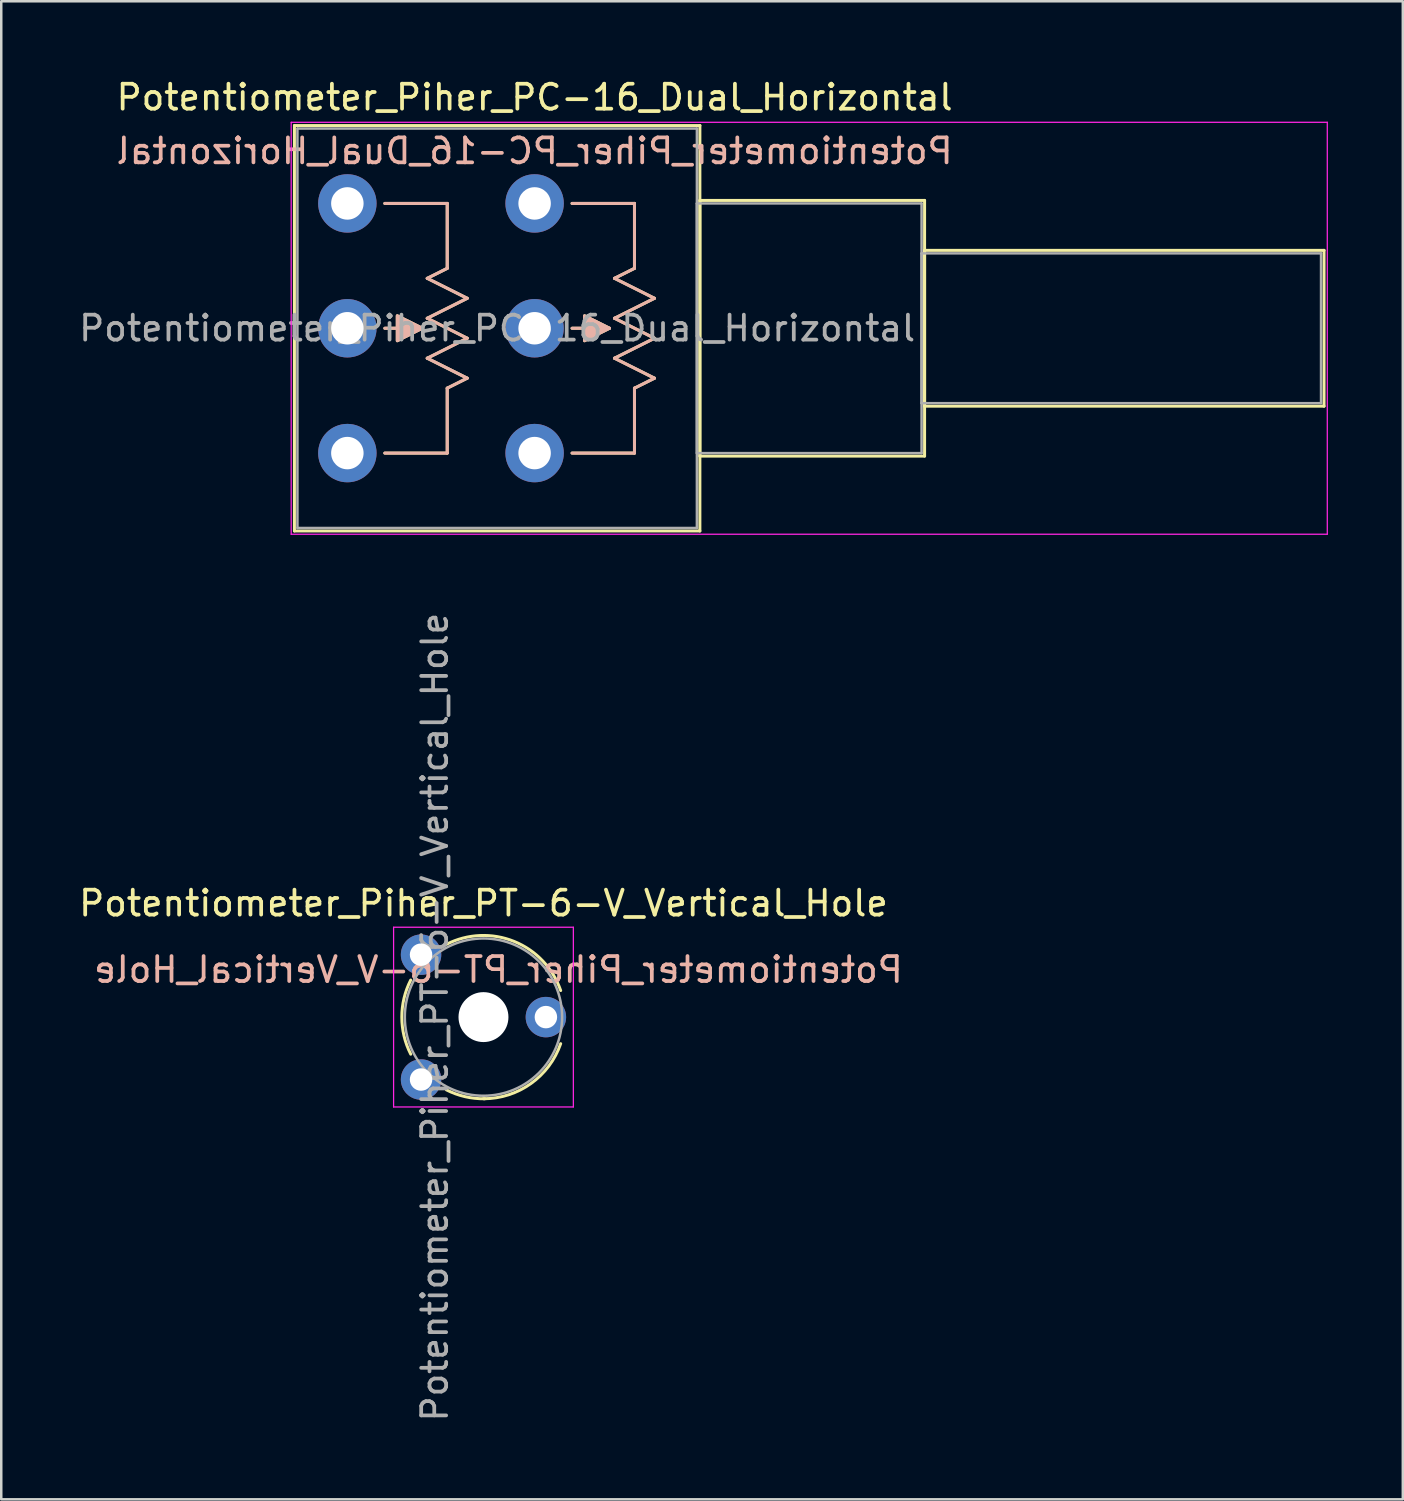
<source format=kicad_pcb>
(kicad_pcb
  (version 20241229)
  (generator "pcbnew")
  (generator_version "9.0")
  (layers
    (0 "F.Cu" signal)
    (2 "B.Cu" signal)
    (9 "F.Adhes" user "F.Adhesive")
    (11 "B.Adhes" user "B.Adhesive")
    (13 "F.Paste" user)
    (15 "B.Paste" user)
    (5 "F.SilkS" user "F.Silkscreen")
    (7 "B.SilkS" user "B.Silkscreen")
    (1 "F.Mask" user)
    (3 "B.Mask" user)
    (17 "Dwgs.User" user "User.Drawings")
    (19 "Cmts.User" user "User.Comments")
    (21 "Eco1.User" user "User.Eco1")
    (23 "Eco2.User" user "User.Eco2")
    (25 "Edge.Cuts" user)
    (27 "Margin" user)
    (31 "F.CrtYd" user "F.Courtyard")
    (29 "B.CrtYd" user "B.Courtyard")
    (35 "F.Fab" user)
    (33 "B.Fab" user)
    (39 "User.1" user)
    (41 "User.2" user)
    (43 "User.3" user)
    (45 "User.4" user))
  (footprint "Potentiometer_Piher_PT-6-V_Vertical_Hole"
    (layer "F.Cu")
    (at 13.815 40.189)
    (property "Reference" "Potentiometer_Piher_PT-6-V_Vertical_Hole" (at 2.5 -7.06 0) (layer "F.SilkS") (effects (font (size 1 1) (thickness 0.15))))
    (attr through_hole)
    (fp_arc (start -0.413387 -1.014798) (mid -0.770114 -2.499325) (end -0.414 -3.984) (stroke (width 0.12) (type solid)) (layer "F.SilkS"))
    (fp_arc (start 1.016032 -5.413829) (mid 3.725524 -5.531609) (end 5.592 -3.564) (stroke (width 0.12) (type solid)) (layer "F.SilkS"))
    (fp_arc (start 2.556863 0.770075) (mid 1.764071 0.686696) (end 1.015 0.414) (stroke (width 0.12) (type solid)) (layer "F.SilkS"))
    (fp_arc (start 5.591846 -1.435392) (mid 4.398899 0.162158) (end 2.5 0.77) (stroke (width 0.12) (type solid)) (layer "F.SilkS"))
    (fp_line (start -1.1 -6.1) (end -1.1 1.1) (stroke (width 0.05) (type solid)) (layer "F.CrtYd"))
    (fp_line (start -1.1 1.1) (end 6.1 1.1) (stroke (width 0.05) (type solid)) (layer "F.CrtYd"))
    (fp_line (start 6.1 -6.1) (end -1.1 -6.1) (stroke (width 0.05) (type solid)) (layer "F.CrtYd"))
    (fp_line (start 6.1 1.1) (end 6.1 -6.1) (stroke (width 0.05) (type solid)) (layer "F.CrtYd"))
    (fp_circle (center 2.5 -2.5) (end 5.65 -2.5) (stroke (width 0.1) (type solid)) (fill no) (layer "F.Fab"))
    (fp_text user "${REFERENCE}" (at 3.1 -4.4 0) (unlocked yes) (layer "B.SilkS") (effects (font (size 1 1) (thickness 0.15)) (justify mirror)))
    (fp_text user "${REFERENCE}" (at 0.55 -2.5 90) (layer "F.Fab") (effects (font (size 1 1) (thickness 0.15))))
    (pad "" np_thru_hole circle (at 2.5 -2.5) (size 2 2) (drill 2) (layers "*.Cu" "*.Mask"))
    (pad "1" thru_hole circle (at 0 0) (size 1.62 1.62) (drill 0.9) (layers "*.Cu" "*.Mask"))
    (pad "2" thru_hole circle (at 5 -2.5) (size 1.62 1.62) (drill 0.9) (layers "*.Cu" "*.Mask"))
    (pad "3" thru_hole circle (at 0 -5) (size 1.62 1.62) (drill 0.9) (layers "*.Cu" "*.Mask")))
  (footprint "Potentiometer_Piher_PC-16_Dual_Horizontal"
    (layer "F.Cu")
    (at 18.363 15.098)
    (property "Reference" "Potentiometer_Piher_PC-16_Dual_Horizontal" (at 0 -14.25 0) (layer "F.SilkS") (effects (font (size 1 1) (thickness 0.15))))
    (attr through_hole)
    (fp_line (start -9.62 -13.12) (end -9.62 3.12) (stroke (width 0.12) (type solid)) (layer "F.SilkS"))
    (fp_line (start -9.62 -13.12) (end 6.62 -13.12) (stroke (width 0.12) (type solid)) (layer "F.SilkS"))
    (fp_line (start -9.62 3.12) (end 6.62 3.12) (stroke (width 0.12) (type solid)) (layer "F.SilkS"))
    (fp_line (start -6 0) (end -3.5 0) (stroke (width 0.12) (type solid)) (layer "F.SilkS"))
    (fp_line (start -4.5 -5) (end -6 -5) (stroke (width 0.12) (type solid)) (layer "F.SilkS"))
    (fp_line (start -4.3 -7) (end -2.7 -6.2) (stroke (width 0.12) (type solid)) (layer "F.SilkS"))
    (fp_line (start -4.3 -5.4) (end -2.7 -4.6) (stroke (width 0.12) (type solid)) (layer "F.SilkS"))
    (fp_line (start -4.3 -3.8) (end -2.7 -3) (stroke (width 0.12) (type solid)) (layer "F.SilkS"))
    (fp_line (start -3.5 -10) (end -6 -10) (stroke (width 0.12) (type solid)) (layer "F.SilkS"))
    (fp_line (start -3.5 -7.4) (end -4.3 -7) (stroke (width 0.12) (type solid)) (layer "F.SilkS"))
    (fp_line (start -3.5 -7.4) (end -3.5 -10) (stroke (width 0.12) (type solid)) (layer "F.SilkS"))
    (fp_line (start -3.5 0) (end -3.5 -2.6) (stroke (width 0.12) (type solid)) (layer "F.SilkS"))
    (fp_line (start -2.7 -6.2) (end -4.3 -5.4) (stroke (width 0.12) (type solid)) (layer "F.SilkS"))
    (fp_line (start -2.7 -4.6) (end -4.3 -3.8) (stroke (width 0.12) (type solid)) (layer "F.SilkS"))
    (fp_line (start -2.7 -3) (end -3.5 -2.6) (stroke (width 0.12) (type solid)) (layer "F.SilkS"))
    (fp_line (start 1.5 0) (end 4 0) (stroke (width 0.12) (type solid)) (layer "F.SilkS"))
    (fp_line (start 3 -5) (end 1.5 -5) (stroke (width 0.12) (type solid)) (layer "F.SilkS"))
    (fp_line (start 3.2 -7) (end 4.8 -6.2) (stroke (width 0.12) (type solid)) (layer "F.SilkS"))
    (fp_line (start 3.2 -5.4) (end 4.8 -4.6) (stroke (width 0.12) (type solid)) (layer "F.SilkS"))
    (fp_line (start 3.2 -3.8) (end 4.8 -3) (stroke (width 0.12) (type solid)) (layer "F.SilkS"))
    (fp_line (start 4 -10) (end 1.5 -10) (stroke (width 0.12) (type solid)) (layer "F.SilkS"))
    (fp_line (start 4 -7.4) (end 3.2 -7) (stroke (width 0.12) (type solid)) (layer "F.SilkS"))
    (fp_line (start 4 -7.4) (end 4 -10) (stroke (width 0.12) (type solid)) (layer "F.SilkS"))
    (fp_line (start 4 0) (end 4 -2.6) (stroke (width 0.12) (type solid)) (layer "F.SilkS"))
    (fp_line (start 4.8 -6.2) (end 3.2 -5.4) (stroke (width 0.12) (type solid)) (layer "F.SilkS"))
    (fp_line (start 4.8 -4.6) (end 3.2 -3.8) (stroke (width 0.12) (type solid)) (layer "F.SilkS"))
    (fp_line (start 4.8 -3) (end 4 -2.6) (stroke (width 0.12) (type solid)) (layer "F.SilkS"))
    (fp_line (start 6.62 -13.12) (end 6.62 3.12) (stroke (width 0.12) (type solid)) (layer "F.SilkS"))
    (fp_line (start 6.62 -10.12) (end 6.62 0.12) (stroke (width 0.12) (type solid)) (layer "F.SilkS"))
    (fp_line (start 6.62 -10.12) (end 15.62 -10.12) (stroke (width 0.12) (type solid)) (layer "F.SilkS"))
    (fp_line (start 6.62 0.12) (end 15.62 0.12) (stroke (width 0.12) (type solid)) (layer "F.SilkS"))
    (fp_line (start 15.62 -10.12) (end 15.62 0.12) (stroke (width 0.12) (type solid)) (layer "F.SilkS"))
    (fp_line (start 15.62 -8.12) (end 15.62 -1.879) (stroke (width 0.12) (type solid)) (layer "F.SilkS"))
    (fp_line (start 15.62 -8.12) (end 31.62 -8.12) (stroke (width 0.12) (type solid)) (layer "F.SilkS"))
    (fp_line (start 15.62 -1.879) (end 31.62 -1.879) (stroke (width 0.12) (type solid)) (layer "F.SilkS"))
    (fp_line (start 31.62 -8.12) (end 31.62 -1.879) (stroke (width 0.12) (type solid)) (layer "F.SilkS"))
    (fp_poly (pts (xy -5.5 -5.5) (xy -4.5 -5) (xy -5.5 -4.5)) (stroke (width 0.12) (type solid)) (fill yes) (layer "F.SilkS"))
    (fp_poly (pts (xy 2 -5.5) (xy 3 -5) (xy 2 -4.5)) (stroke (width 0.12) (type solid)) (fill yes) (layer "F.SilkS"))
    (fp_line (start -6 -10) (end -3.5 -10) (stroke (width 0.12) (type solid)) (layer "B.SilkS"))
    (fp_line (start -6 -5) (end -4.5 -5) (stroke (width 0.12) (type solid)) (layer "B.SilkS"))
    (fp_line (start -4.3 -7) (end -2.7 -6.2) (stroke (width 0.12) (type solid)) (layer "B.SilkS"))
    (fp_line (start -4.3 -5.4) (end -2.7 -4.6) (stroke (width 0.12) (type solid)) (layer "B.SilkS"))
    (fp_line (start -4.3 -3.8) (end -2.7 -3) (stroke (width 0.12) (type solid)) (layer "B.SilkS"))
    (fp_line (start -3.5 -10) (end -3.5 -7.4) (stroke (width 0.12) (type solid)) (layer "B.SilkS"))
    (fp_line (start -3.5 -7.4) (end -4.3 -7) (stroke (width 0.12) (type solid)) (layer "B.SilkS"))
    (fp_line (start -3.5 -2.6) (end -3.5 0) (stroke (width 0.12) (type solid)) (layer "B.SilkS"))
    (fp_line (start -3.5 0) (end -6 0) (stroke (width 0.12) (type solid)) (layer "B.SilkS"))
    (fp_line (start -2.7 -6.2) (end -4.3 -5.4) (stroke (width 0.12) (type solid)) (layer "B.SilkS"))
    (fp_line (start -2.7 -4.6) (end -4.3 -3.8) (stroke (width 0.12) (type solid)) (layer "B.SilkS"))
    (fp_line (start -2.7 -3) (end -3.5 -2.6) (stroke (width 0.12) (type solid)) (layer "B.SilkS"))
    (fp_line (start 1.5 -10) (end 4 -10) (stroke (width 0.12) (type solid)) (layer "B.SilkS"))
    (fp_line (start 1.5 -5) (end 3 -5) (stroke (width 0.12) (type solid)) (layer "B.SilkS"))
    (fp_line (start 3.2 -7) (end 4.8 -6.2) (stroke (width 0.12) (type solid)) (layer "B.SilkS"))
    (fp_line (start 3.2 -5.4) (end 4.8 -4.6) (stroke (width 0.12) (type solid)) (layer "B.SilkS"))
    (fp_line (start 3.2 -3.8) (end 4.8 -3) (stroke (width 0.12) (type solid)) (layer "B.SilkS"))
    (fp_line (start 4 -10) (end 4 -7.4) (stroke (width 0.12) (type solid)) (layer "B.SilkS"))
    (fp_line (start 4 -7.4) (end 3.2 -7) (stroke (width 0.12) (type solid)) (layer "B.SilkS"))
    (fp_line (start 4 -2.6) (end 4 0) (stroke (width 0.12) (type solid)) (layer "B.SilkS"))
    (fp_line (start 4 0) (end 1.5 0) (stroke (width 0.12) (type solid)) (layer "B.SilkS"))
    (fp_line (start 4.8 -6.2) (end 3.2 -5.4) (stroke (width 0.12) (type solid)) (layer "B.SilkS"))
    (fp_line (start 4.8 -4.6) (end 3.2 -3.8) (stroke (width 0.12) (type solid)) (layer "B.SilkS"))
    (fp_line (start 4.8 -3) (end 4 -2.6) (stroke (width 0.12) (type solid)) (layer "B.SilkS"))
    (fp_poly (pts (xy -4.5 -5) (xy -5.5 -4.5) (xy -5.5 -5.5)) (stroke (width 0.12) (type solid)) (fill yes) (layer "B.SilkS"))
    (fp_poly (pts (xy 3 -5) (xy 2 -4.5) (xy 2 -5.5)) (stroke (width 0.12) (type solid)) (fill yes) (layer "B.SilkS"))
    (fp_line (start -9.75 -13.25) (end -9.75 3.25) (stroke (width 0.05) (type solid)) (layer "F.CrtYd"))
    (fp_line (start -9.75 3.25) (end 31.75 3.25) (stroke (width 0.05) (type solid)) (layer "F.CrtYd"))
    (fp_line (start 31.75 -13.25) (end -9.75 -13.25) (stroke (width 0.05) (type solid)) (layer "F.CrtYd"))
    (fp_line (start 31.75 3.25) (end 31.75 -13.25) (stroke (width 0.05) (type solid)) (layer "F.CrtYd"))
    (fp_line (start -9.5 -13) (end -9.5 3) (stroke (width 0.1) (type solid)) (layer "F.Fab"))
    (fp_line (start -9.5 3) (end 6.5 3) (stroke (width 0.1) (type solid)) (layer "F.Fab"))
    (fp_line (start 6.5 -13) (end -9.5 -13) (stroke (width 0.1) (type solid)) (layer "F.Fab"))
    (fp_line (start 6.5 -10) (end 6.5 0) (stroke (width 0.1) (type solid)) (layer "F.Fab"))
    (fp_line (start 6.5 0) (end 15.5 0) (stroke (width 0.1) (type solid)) (layer "F.Fab"))
    (fp_line (start 6.5 3) (end 6.5 -13) (stroke (width 0.1) (type solid)) (layer "F.Fab"))
    (fp_line (start 15.5 -10) (end 6.5 -10) (stroke (width 0.1) (type solid)) (layer "F.Fab"))
    (fp_line (start 15.5 -8) (end 15.5 -2) (stroke (width 0.1) (type solid)) (layer "F.Fab"))
    (fp_line (start 15.5 -2) (end 31.5 -2) (stroke (width 0.1) (type solid)) (layer "F.Fab"))
    (fp_line (start 15.5 0) (end 15.5 -10) (stroke (width 0.1) (type solid)) (layer "F.Fab"))
    (fp_line (start 31.5 -8) (end 15.5 -8) (stroke (width 0.1) (type solid)) (layer "F.Fab"))
    (fp_line (start 31.5 -2) (end 31.5 -8) (stroke (width 0.1) (type solid)) (layer "F.Fab"))
    (fp_text user "${REFERENCE}" (at 0 -12.1 0) (unlocked yes) (layer "B.SilkS") (effects (font (size 1 1) (thickness 0.15)) (justify mirror)))
    (fp_text user "${REFERENCE}" (at -1.5 -5 0) (layer "F.Fab") (effects (font (size 1 1) (thickness 0.15))))
    (pad "1" thru_hole circle (at 0 0) (size 2.34 2.34) (drill 1.3) (layers "*.Cu" "*.Mask"))
    (pad "2" thru_hole circle (at 0 -5) (size 2.34 2.34) (drill 1.3) (layers "*.Cu" "*.Mask"))
    (pad "3" thru_hole circle (at 0 -10) (size 2.34 2.34) (drill 1.3) (layers "*.Cu" "*.Mask"))
    (pad "4" thru_hole circle (at -7.5 0) (size 2.34 2.34) (drill 1.3) (layers "*.Cu" "*.Mask"))
    (pad "5" thru_hole circle (at -7.5 -5) (size 2.34 2.34) (drill 1.3) (layers "*.Cu" "*.Mask"))
    (pad "6" thru_hole circle (at -7.5 -10) (size 2.34 2.34) (drill 1.3) (layers "*.Cu" "*.Mask")))
  (gr_rect
    (start -3 -3)
    (end 53.138 57.004)
    (stroke (width 0.1) (type default))
    (fill no)
    (layer "Edge.Cuts")))
</source>
